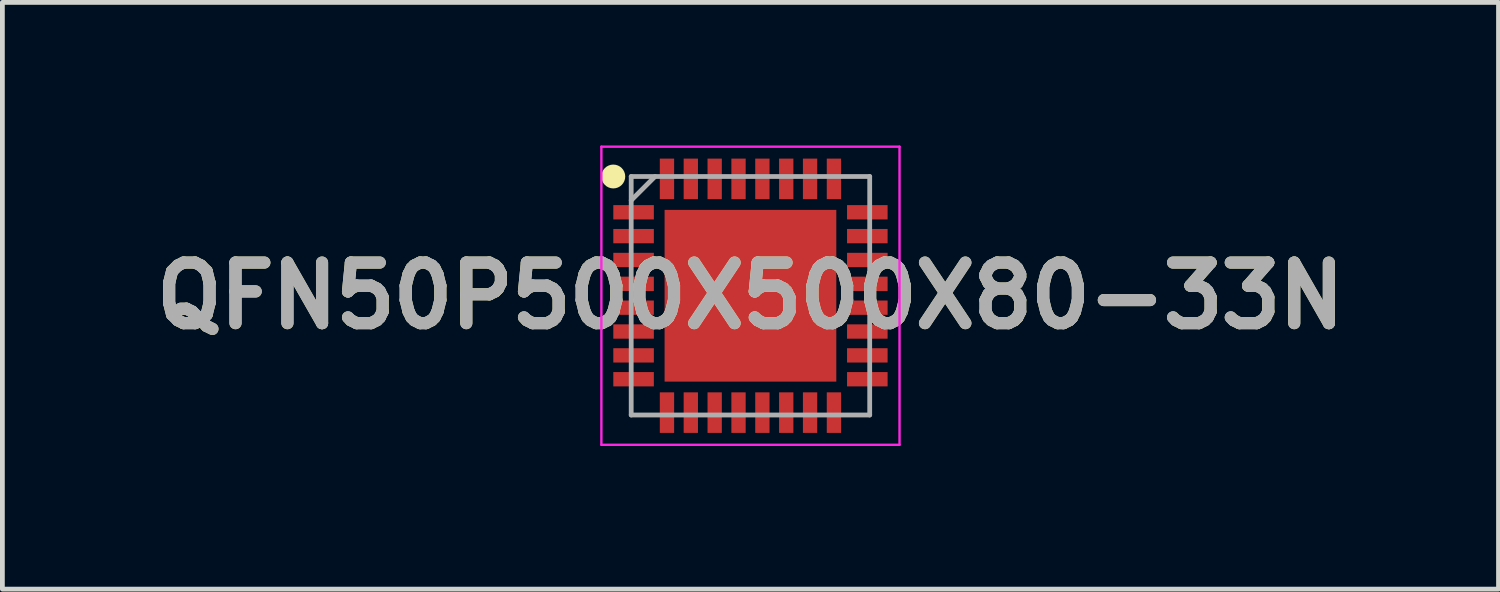
<source format=kicad_pcb>
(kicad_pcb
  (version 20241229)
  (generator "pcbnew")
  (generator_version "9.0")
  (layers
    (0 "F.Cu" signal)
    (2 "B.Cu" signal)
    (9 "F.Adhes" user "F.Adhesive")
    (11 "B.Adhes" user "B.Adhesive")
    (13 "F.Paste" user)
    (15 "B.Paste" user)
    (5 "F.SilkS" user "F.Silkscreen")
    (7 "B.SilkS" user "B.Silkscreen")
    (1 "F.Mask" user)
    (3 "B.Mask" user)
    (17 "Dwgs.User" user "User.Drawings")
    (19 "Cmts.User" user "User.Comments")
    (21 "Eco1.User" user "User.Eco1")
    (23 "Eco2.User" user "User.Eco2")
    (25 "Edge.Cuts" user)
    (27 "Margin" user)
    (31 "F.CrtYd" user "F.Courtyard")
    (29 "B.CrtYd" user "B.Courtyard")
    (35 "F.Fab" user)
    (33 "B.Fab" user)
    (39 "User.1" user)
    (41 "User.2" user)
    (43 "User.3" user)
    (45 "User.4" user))
  (footprint "QFN50P500X500X80-33N"
    (layer "F.Cu")
    (at 12.682 3.15)
    (property "Reference" "QFN50P500X500X80-33N" (at 0 0 0) (layer "F.SilkS") (effects (font (size 1.27 1.27) (thickness 0.254))))
    (attr smd)
    (fp_circle (center -2.875 -2.5) (end -2.875 -2.375) (stroke (width 0.25) (type solid)) (fill no) (layer "F.SilkS"))
    (fp_line (start -3.125 -3.125) (end 3.125 -3.125) (stroke (width 0.05) (type solid)) (layer "F.CrtYd"))
    (fp_line (start -3.125 3.125) (end -3.125 -3.125) (stroke (width 0.05) (type solid)) (layer "F.CrtYd"))
    (fp_line (start 3.125 -3.125) (end 3.125 3.125) (stroke (width 0.05) (type solid)) (layer "F.CrtYd"))
    (fp_line (start 3.125 3.125) (end -3.125 3.125) (stroke (width 0.05) (type solid)) (layer "F.CrtYd"))
    (fp_line (start -2.5 -2.5) (end 2.5 -2.5) (stroke (width 0.1) (type solid)) (layer "F.Fab"))
    (fp_line (start -2.5 -2) (end -2 -2.5) (stroke (width 0.1) (type solid)) (layer "F.Fab"))
    (fp_line (start -2.5 2.5) (end -2.5 -2.5) (stroke (width 0.1) (type solid)) (layer "F.Fab"))
    (fp_line (start 2.5 -2.5) (end 2.5 2.5) (stroke (width 0.1) (type solid)) (layer "F.Fab"))
    (fp_line (start 2.5 2.5) (end -2.5 2.5) (stroke (width 0.1) (type solid)) (layer "F.Fab"))
    (fp_text user "${REFERENCE}" (at 0 0 0) (layer "F.Fab") (effects (font (size 1.27 1.27) (thickness 0.254))))
    (pad "1" smd rect (at -2.45 -1.75 90) (size 0.3 0.85) (layers "F.Cu" "F.Mask" "F.Paste"))
    (pad "2" smd rect (at -2.45 -1.25 90) (size 0.3 0.85) (layers "F.Cu" "F.Mask" "F.Paste"))
    (pad "3" smd rect (at -2.45 -0.75 90) (size 0.3 0.85) (layers "F.Cu" "F.Mask" "F.Paste"))
    (pad "4" smd rect (at -2.45 -0.25 90) (size 0.3 0.85) (layers "F.Cu" "F.Mask" "F.Paste"))
    (pad "5" smd rect (at -2.45 0.25 90) (size 0.3 0.85) (layers "F.Cu" "F.Mask" "F.Paste"))
    (pad "6" smd rect (at -2.45 0.75 90) (size 0.3 0.85) (layers "F.Cu" "F.Mask" "F.Paste"))
    (pad "7" smd rect (at -2.45 1.25 90) (size 0.3 0.85) (layers "F.Cu" "F.Mask" "F.Paste"))
    (pad "8" smd rect (at -2.45 1.75 90) (size 0.3 0.85) (layers "F.Cu" "F.Mask" "F.Paste"))
    (pad "9" smd rect (at -1.75 2.45) (size 0.3 0.85) (layers "F.Cu" "F.Mask" "F.Paste"))
    (pad "10" smd rect (at -1.25 2.45) (size 0.3 0.85) (layers "F.Cu" "F.Mask" "F.Paste"))
    (pad "11" smd rect (at -0.75 2.45) (size 0.3 0.85) (layers "F.Cu" "F.Mask" "F.Paste"))
    (pad "12" smd rect (at -0.25 2.45) (size 0.3 0.85) (layers "F.Cu" "F.Mask" "F.Paste"))
    (pad "13" smd rect (at 0.25 2.45) (size 0.3 0.85) (layers "F.Cu" "F.Mask" "F.Paste"))
    (pad "14" smd rect (at 0.75 2.45) (size 0.3 0.85) (layers "F.Cu" "F.Mask" "F.Paste"))
    (pad "15" smd rect (at 1.25 2.45) (size 0.3 0.85) (layers "F.Cu" "F.Mask" "F.Paste"))
    (pad "16" smd rect (at 1.75 2.45) (size 0.3 0.85) (layers "F.Cu" "F.Mask" "F.Paste"))
    (pad "17" smd rect (at 2.45 1.75 90) (size 0.3 0.85) (layers "F.Cu" "F.Mask" "F.Paste"))
    (pad "18" smd rect (at 2.45 1.25 90) (size 0.3 0.85) (layers "F.Cu" "F.Mask" "F.Paste"))
    (pad "19" smd rect (at 2.45 0.75 90) (size 0.3 0.85) (layers "F.Cu" "F.Mask" "F.Paste"))
    (pad "20" smd rect (at 2.45 0.25 90) (size 0.3 0.85) (layers "F.Cu" "F.Mask" "F.Paste"))
    (pad "21" smd rect (at 2.45 -0.25 90) (size 0.3 0.85) (layers "F.Cu" "F.Mask" "F.Paste"))
    (pad "22" smd rect (at 2.45 -0.75 90) (size 0.3 0.85) (layers "F.Cu" "F.Mask" "F.Paste"))
    (pad "23" smd rect (at 2.45 -1.25 90) (size 0.3 0.85) (layers "F.Cu" "F.Mask" "F.Paste"))
    (pad "24" smd rect (at 2.45 -1.75 90) (size 0.3 0.85) (layers "F.Cu" "F.Mask" "F.Paste"))
    (pad "25" smd rect (at 1.75 -2.45) (size 0.3 0.85) (layers "F.Cu" "F.Mask" "F.Paste"))
    (pad "26" smd rect (at 1.25 -2.45) (size 0.3 0.85) (layers "F.Cu" "F.Mask" "F.Paste"))
    (pad "27" smd rect (at 0.75 -2.45) (size 0.3 0.85) (layers "F.Cu" "F.Mask" "F.Paste"))
    (pad "28" smd rect (at 0.25 -2.45) (size 0.3 0.85) (layers "F.Cu" "F.Mask" "F.Paste"))
    (pad "29" smd rect (at -0.25 -2.45) (size 0.3 0.85) (layers "F.Cu" "F.Mask" "F.Paste"))
    (pad "30" smd rect (at -0.75 -2.45) (size 0.3 0.85) (layers "F.Cu" "F.Mask" "F.Paste"))
    (pad "31" smd rect (at -1.25 -2.45) (size 0.3 0.85) (layers "F.Cu" "F.Mask" "F.Paste"))
    (pad "32" smd rect (at -1.75 -2.45) (size 0.3 0.85) (layers "F.Cu" "F.Mask" "F.Paste"))
    (pad "33" smd rect (at 0 0) (size 3.6 3.6) (layers "F.Cu" "F.Mask" "F.Paste")))
  (gr_rect
    (start -3 -3)
    (end 28.364 9.3)
    (stroke (width 0.1) (type default))
    (fill no)
    (layer "Edge.Cuts")))
</source>
